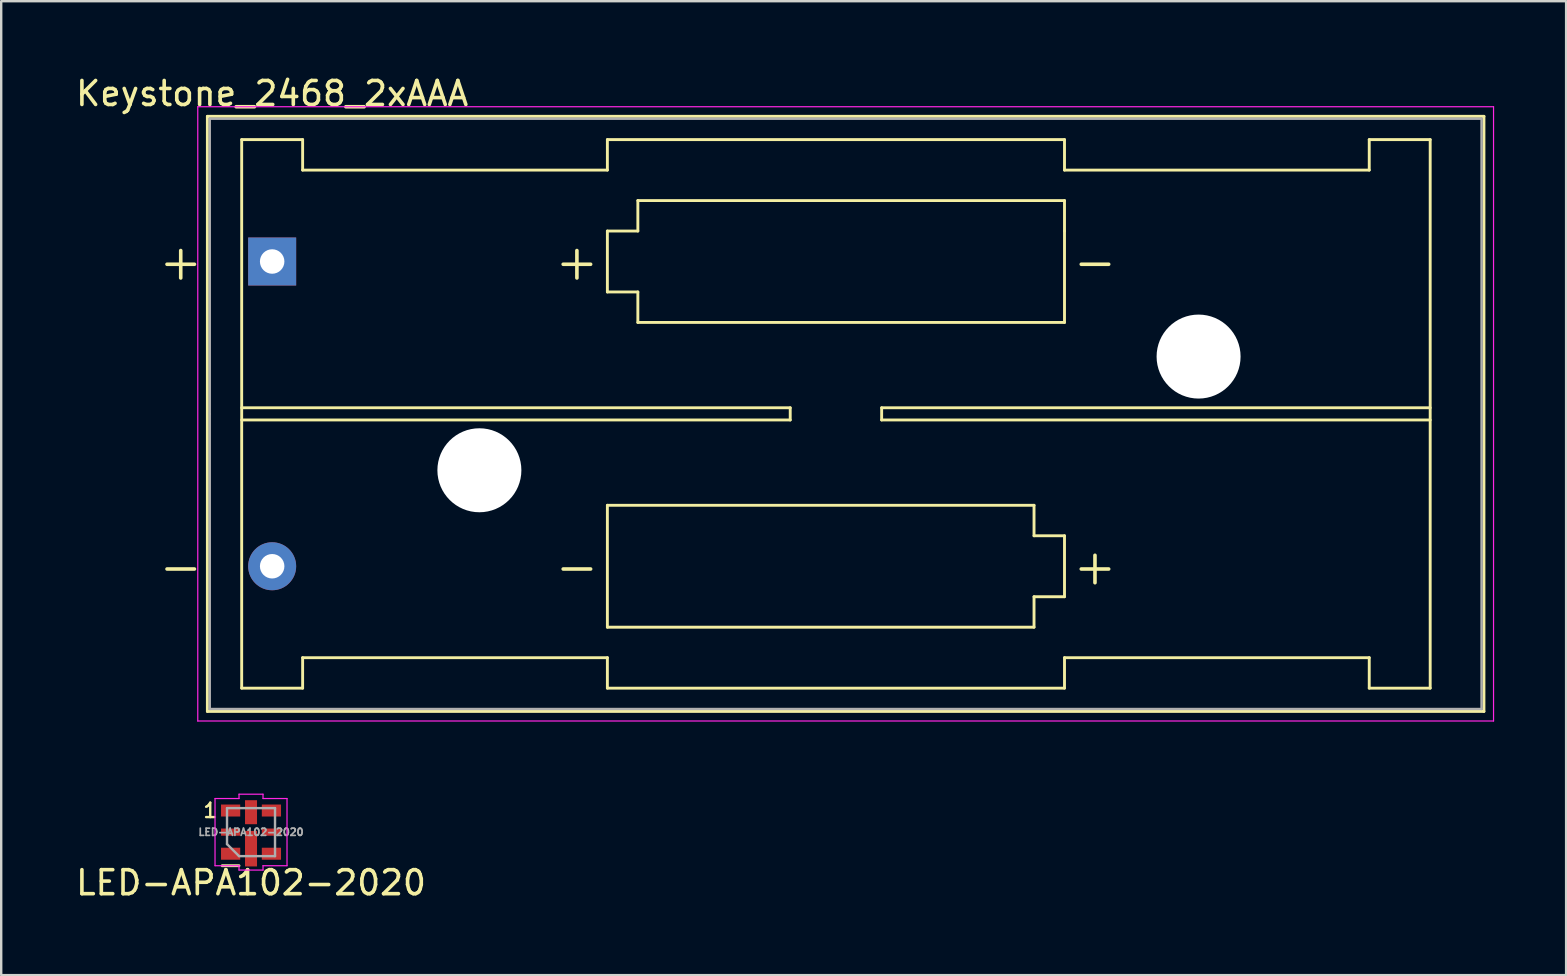
<source format=kicad_pcb>
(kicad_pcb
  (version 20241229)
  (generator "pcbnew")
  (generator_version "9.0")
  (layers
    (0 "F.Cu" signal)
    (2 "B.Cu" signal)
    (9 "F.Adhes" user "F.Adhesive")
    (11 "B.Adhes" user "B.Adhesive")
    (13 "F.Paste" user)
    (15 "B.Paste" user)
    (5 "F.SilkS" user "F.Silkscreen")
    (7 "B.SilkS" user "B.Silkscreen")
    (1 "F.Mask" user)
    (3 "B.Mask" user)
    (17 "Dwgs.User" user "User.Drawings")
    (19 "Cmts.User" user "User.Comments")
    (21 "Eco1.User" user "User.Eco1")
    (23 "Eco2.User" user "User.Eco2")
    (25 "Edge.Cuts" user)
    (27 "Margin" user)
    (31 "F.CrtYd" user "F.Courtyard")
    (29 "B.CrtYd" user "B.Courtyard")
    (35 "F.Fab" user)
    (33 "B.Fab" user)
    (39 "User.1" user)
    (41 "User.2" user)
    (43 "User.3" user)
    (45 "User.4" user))
  (footprint "LED-APA102-2020"
    (layer "F.Cu")
    (at 7.411 31.628)
    (property "Reference" "LED-APA102-2020" (at 0 2.11 180) (layer "F.SilkS") (effects (font (size 1 1) (thickness 0.15))))
    (attr smd)
    (fp_line (start -1.2 1.4) (end -0.5 1.4) (stroke (width 0.12) (type solid)) (layer "F.SilkS"))
    (fp_line (start -1.5 -1.4) (end -1.5 1.4) (stroke (width 0.05) (type solid)) (layer "F.CrtYd"))
    (fp_line (start -1.5 -1.4) (end -0.5 -1.4) (stroke (width 0.05) (type solid)) (layer "F.CrtYd"))
    (fp_line (start -0.5 -1.58) (end 0.5 -1.58) (stroke (width 0.05) (type solid)) (layer "F.CrtYd"))
    (fp_line (start -0.5 -1.4) (end -0.5 -1.58) (stroke (width 0.05) (type solid)) (layer "F.CrtYd"))
    (fp_line (start -0.5 1.4) (end -1.5 1.4) (stroke (width 0.05) (type solid)) (layer "F.CrtYd"))
    (fp_line (start -0.5 1.4) (end -0.5 1.58) (stroke (width 0.05) (type solid)) (layer "F.CrtYd"))
    (fp_line (start -0.5 1.58) (end 0.5 1.58) (stroke (width 0.05) (type solid)) (layer "F.CrtYd"))
    (fp_line (start 0.5 -1.58) (end 0.5 -1.4) (stroke (width 0.05) (type solid)) (layer "F.CrtYd"))
    (fp_line (start 0.5 -1.4) (end 1.5 -1.4) (stroke (width 0.05) (type solid)) (layer "F.CrtYd"))
    (fp_line (start 0.5 1.58) (end 0.5 1.4) (stroke (width 0.05) (type solid)) (layer "F.CrtYd"))
    (fp_line (start 1.5 -1.4) (end 1.5 1.4) (stroke (width 0.05) (type solid)) (layer "F.CrtYd"))
    (fp_line (start 1.5 1.4) (end 0.5 1.4) (stroke (width 0.05) (type solid)) (layer "F.CrtYd"))
    (fp_line (start -1 -1) (end 1 -1) (stroke (width 0.1) (type solid)) (layer "F.Fab"))
    (fp_line (start -1 0.5) (end -1 -1) (stroke (width 0.1) (type solid)) (layer "F.Fab"))
    (fp_line (start -1 0.5) (end -0.5 1) (stroke (width 0.1) (type solid)) (layer "F.Fab"))
    (fp_line (start 1 -1) (end 1 1) (stroke (width 0.1) (type solid)) (layer "F.Fab"))
    (fp_line (start 1 1) (end -0.5 1) (stroke (width 0.1) (type solid)) (layer "F.Fab"))
    (fp_text user "1" (at -1.7 -0.9 180) (layer "F.SilkS") (effects (font (size 0.6 0.6) (thickness 0.1))))
    (fp_text user "${REFERENCE}" (at 0 0 180) (layer "F.Fab") (effects (font (size 0.3 0.3) (thickness 0.07))))
    (pad "1" smd rect (at -0.85 -0.9) (size 0.8 0.5) (layers "F.Cu" "F.Mask" "F.Paste"))
    (pad "1" smd rect (at 0 -0.83 90) (size 1 0.5) (layers "F.Cu" "F.Mask" "F.Paste"))
    (pad "2" smd rect (at -0.85 0) (size 0.8 0.3) (layers "F.Cu" "F.Mask" "F.Paste"))
    (pad "3" smd rect (at -0.85 0.9) (size 0.8 0.5) (layers "F.Cu" "F.Mask" "F.Paste"))
    (pad "4" smd rect (at 0.85 0.9) (size 0.8 0.5) (layers "F.Cu" "F.Mask" "F.Paste"))
    (pad "5" smd rect (at 0.85 0) (size 0.8 0.3) (layers "F.Cu" "F.Mask" "F.Paste"))
    (pad "6" smd rect (at 0 0.69 90) (size 1.48 0.5) (layers "F.Cu" "F.Mask" "F.Paste"))
    (pad "6" smd rect (at 0.85 -0.9) (size 0.8 0.5) (layers "F.Cu" "F.Mask" "F.Paste")))
  (footprint "Keystone_2468_2xAAA"
    (layer "F.Cu")
    (at 8.292 7.848)
    (property "Reference" "Keystone_2468_2xAAA" (at 0 -7 180) (layer "F.SilkS") (effects (font (size 1 1) (thickness 0.15))))
    (attr through_hole)
    (fp_line (start -2.7 -6.05) (end -2.7 18.75) (stroke (width 0.12) (type solid)) (layer "F.SilkS"))
    (fp_line (start -2.7 18.75) (end 50.5 18.75) (stroke (width 0.12) (type solid)) (layer "F.SilkS"))
    (fp_line (start -1.27 -5.08) (end -1.27 17.78) (stroke (width 0.12) (type solid)) (layer "F.SilkS"))
    (fp_line (start -1.27 6.096) (end 21.59 6.096) (stroke (width 0.12) (type solid)) (layer "F.SilkS"))
    (fp_line (start -1.27 17.78) (end 1.27 17.78) (stroke (width 0.12) (type solid)) (layer "F.SilkS"))
    (fp_line (start 1.27 -5.08) (end -1.27 -5.08) (stroke (width 0.12) (type solid)) (layer "F.SilkS"))
    (fp_line (start 1.27 -3.81) (end 1.27 -5.08) (stroke (width 0.12) (type solid)) (layer "F.SilkS"))
    (fp_line (start 1.27 -3.81) (end 13.97 -3.81) (stroke (width 0.12) (type solid)) (layer "F.SilkS"))
    (fp_line (start 1.27 16.51) (end 13.97 16.51) (stroke (width 0.12) (type solid)) (layer "F.SilkS"))
    (fp_line (start 1.27 17.78) (end 1.27 16.51) (stroke (width 0.12) (type solid)) (layer "F.SilkS"))
    (fp_line (start 13.97 -5.08) (end 13.97 -3.81) (stroke (width 0.12) (type solid)) (layer "F.SilkS"))
    (fp_line (start 13.97 -1.27) (end 15.24 -1.27) (stroke (width 0.12) (type solid)) (layer "F.SilkS"))
    (fp_line (start 13.97 1.27) (end 13.97 -1.27) (stroke (width 0.12) (type solid)) (layer "F.SilkS"))
    (fp_line (start 13.97 10.16) (end 31.75 10.16) (stroke (width 0.12) (type solid)) (layer "F.SilkS"))
    (fp_line (start 13.97 15.24) (end 13.97 10.16) (stroke (width 0.12) (type solid)) (layer "F.SilkS"))
    (fp_line (start 13.97 16.51) (end 13.97 17.78) (stroke (width 0.12) (type solid)) (layer "F.SilkS"))
    (fp_line (start 13.97 17.78) (end 33.02 17.78) (stroke (width 0.12) (type solid)) (layer "F.SilkS"))
    (fp_line (start 15.24 -2.54) (end 33.02 -2.54) (stroke (width 0.12) (type solid)) (layer "F.SilkS"))
    (fp_line (start 15.24 -1.27) (end 15.24 -2.54) (stroke (width 0.12) (type solid)) (layer "F.SilkS"))
    (fp_line (start 15.24 1.27) (end 13.97 1.27) (stroke (width 0.12) (type solid)) (layer "F.SilkS"))
    (fp_line (start 15.24 2.54) (end 15.24 1.27) (stroke (width 0.12) (type solid)) (layer "F.SilkS"))
    (fp_line (start 21.59 6.096) (end 21.59 6.604) (stroke (width 0.12) (type solid)) (layer "F.SilkS"))
    (fp_line (start 21.59 6.604) (end -1.27 6.604) (stroke (width 0.12) (type solid)) (layer "F.SilkS"))
    (fp_line (start 25.4 6.096) (end 25.4 6.604) (stroke (width 0.12) (type solid)) (layer "F.SilkS"))
    (fp_line (start 25.4 6.604) (end 48.26 6.604) (stroke (width 0.12) (type solid)) (layer "F.SilkS"))
    (fp_line (start 31.75 10.16) (end 31.75 11.43) (stroke (width 0.12) (type solid)) (layer "F.SilkS"))
    (fp_line (start 31.75 11.43) (end 33.02 11.43) (stroke (width 0.12) (type solid)) (layer "F.SilkS"))
    (fp_line (start 31.75 13.97) (end 31.75 15.24) (stroke (width 0.12) (type solid)) (layer "F.SilkS"))
    (fp_line (start 31.75 15.24) (end 13.97 15.24) (stroke (width 0.12) (type solid)) (layer "F.SilkS"))
    (fp_line (start 33.02 -5.08) (end 13.97 -5.08) (stroke (width 0.12) (type solid)) (layer "F.SilkS"))
    (fp_line (start 33.02 -3.81) (end 33.02 -5.08) (stroke (width 0.12) (type solid)) (layer "F.SilkS"))
    (fp_line (start 33.02 -2.54) (end 33.02 -1.27) (stroke (width 0.12) (type solid)) (layer "F.SilkS"))
    (fp_line (start 33.02 -1.27) (end 33.02 2.54) (stroke (width 0.12) (type solid)) (layer "F.SilkS"))
    (fp_line (start 33.02 2.54) (end 15.24 2.54) (stroke (width 0.12) (type solid)) (layer "F.SilkS"))
    (fp_line (start 33.02 11.43) (end 33.02 13.97) (stroke (width 0.12) (type solid)) (layer "F.SilkS"))
    (fp_line (start 33.02 13.97) (end 31.75 13.97) (stroke (width 0.12) (type solid)) (layer "F.SilkS"))
    (fp_line (start 33.02 17.78) (end 33.02 16.51) (stroke (width 0.12) (type solid)) (layer "F.SilkS"))
    (fp_line (start 45.72 -5.08) (end 45.72 -3.81) (stroke (width 0.12) (type solid)) (layer "F.SilkS"))
    (fp_line (start 45.72 -3.81) (end 33.02 -3.81) (stroke (width 0.12) (type solid)) (layer "F.SilkS"))
    (fp_line (start 45.72 16.51) (end 33.02 16.51) (stroke (width 0.12) (type solid)) (layer "F.SilkS"))
    (fp_line (start 45.72 17.78) (end 45.72 16.51) (stroke (width 0.12) (type solid)) (layer "F.SilkS"))
    (fp_line (start 48.26 -5.08) (end 45.72 -5.08) (stroke (width 0.12) (type solid)) (layer "F.SilkS"))
    (fp_line (start 48.26 -5.08) (end 48.26 17.78) (stroke (width 0.12) (type solid)) (layer "F.SilkS"))
    (fp_line (start 48.26 6.096) (end 25.4 6.096) (stroke (width 0.12) (type solid)) (layer "F.SilkS"))
    (fp_line (start 48.26 17.78) (end 45.72 17.78) (stroke (width 0.12) (type solid)) (layer "F.SilkS"))
    (fp_line (start 50.5 -6.05) (end -2.7 -6.05) (stroke (width 0.12) (type solid)) (layer "F.SilkS"))
    (fp_line (start 50.5 18.75) (end 50.5 -6.05) (stroke (width 0.12) (type solid)) (layer "F.SilkS"))
    (fp_line (start -3.1 -6.45) (end -3.1 19.15) (stroke (width 0.05) (type solid)) (layer "F.CrtYd"))
    (fp_line (start -3.1 19.15) (end 50.9 19.15) (stroke (width 0.05) (type solid)) (layer "F.CrtYd"))
    (fp_line (start 50.9 -6.45) (end -3.1 -6.45) (stroke (width 0.05) (type solid)) (layer "F.CrtYd"))
    (fp_line (start 50.9 19.15) (end 50.9 -6.45) (stroke (width 0.05) (type solid)) (layer "F.CrtYd"))
    (fp_line (start -2.6 -5.95) (end 50.4 -5.95) (stroke (width 0.1) (type solid)) (layer "F.Fab"))
    (fp_line (start -2.6 6.35) (end -2.6 -5.95) (stroke (width 0.1) (type solid)) (layer "F.Fab"))
    (fp_line (start -2.6 18.65) (end -2.6 6.35) (stroke (width 0.1) (type solid)) (layer "F.Fab"))
    (fp_line (start -2.6 18.65) (end 50.4 18.65) (stroke (width 0.1) (type solid)) (layer "F.Fab"))
    (fp_line (start 50.4 18.65) (end 50.4 -5.95) (stroke (width 0.1) (type solid)) (layer "F.Fab"))
    (fp_text user "-" (at 12.7 12.7 0) (layer "F.SilkS") (effects (font (size 1.5 1.5) (thickness 0.15))))
    (fp_text user "-" (at 34.29 0 0) (layer "F.SilkS") (effects (font (size 1.5 1.5) (thickness 0.15))))
    (fp_text user "+" (at 12.7 0 0) (layer "F.SilkS") (effects (font (size 1.5 1.5) (thickness 0.15))))
    (fp_text user "-" (at -3.81 12.7 0) (layer "F.SilkS") (effects (font (size 1.5 1.5) (thickness 0.15))))
    (fp_text user "+" (at 34.29 12.7 0) (layer "F.SilkS") (effects (font (size 1.5 1.5) (thickness 0.15))))
    (fp_text user "+" (at -3.81 0 0) (layer "F.SilkS") (effects (font (size 1.5 1.5) (thickness 0.15))))
    (pad "" np_thru_hole circle (at 8.636 8.7) (size 3.5 3.5) (drill 3.5) (layers "*.Cu" "*.Mask"))
    (pad "" np_thru_hole circle (at 38.608 3.962) (size 3.5 3.5) (drill 3.5) (layers "*.Cu" "*.Mask"))
    (pad "1" thru_hole rect (at 0 0) (size 2 2) (drill 1.02) (layers "*.Cu" "*.Mask"))
    (pad "2" thru_hole circle (at 0 12.7) (size 2 2) (drill 1.02) (layers "*.Cu" "*.Mask")))
  (gr_rect
    (start -3 -3)
    (end 62.217 37.587)
    (stroke (width 0.1) (type default))
    (fill no)
    (layer "Edge.Cuts")))
</source>
